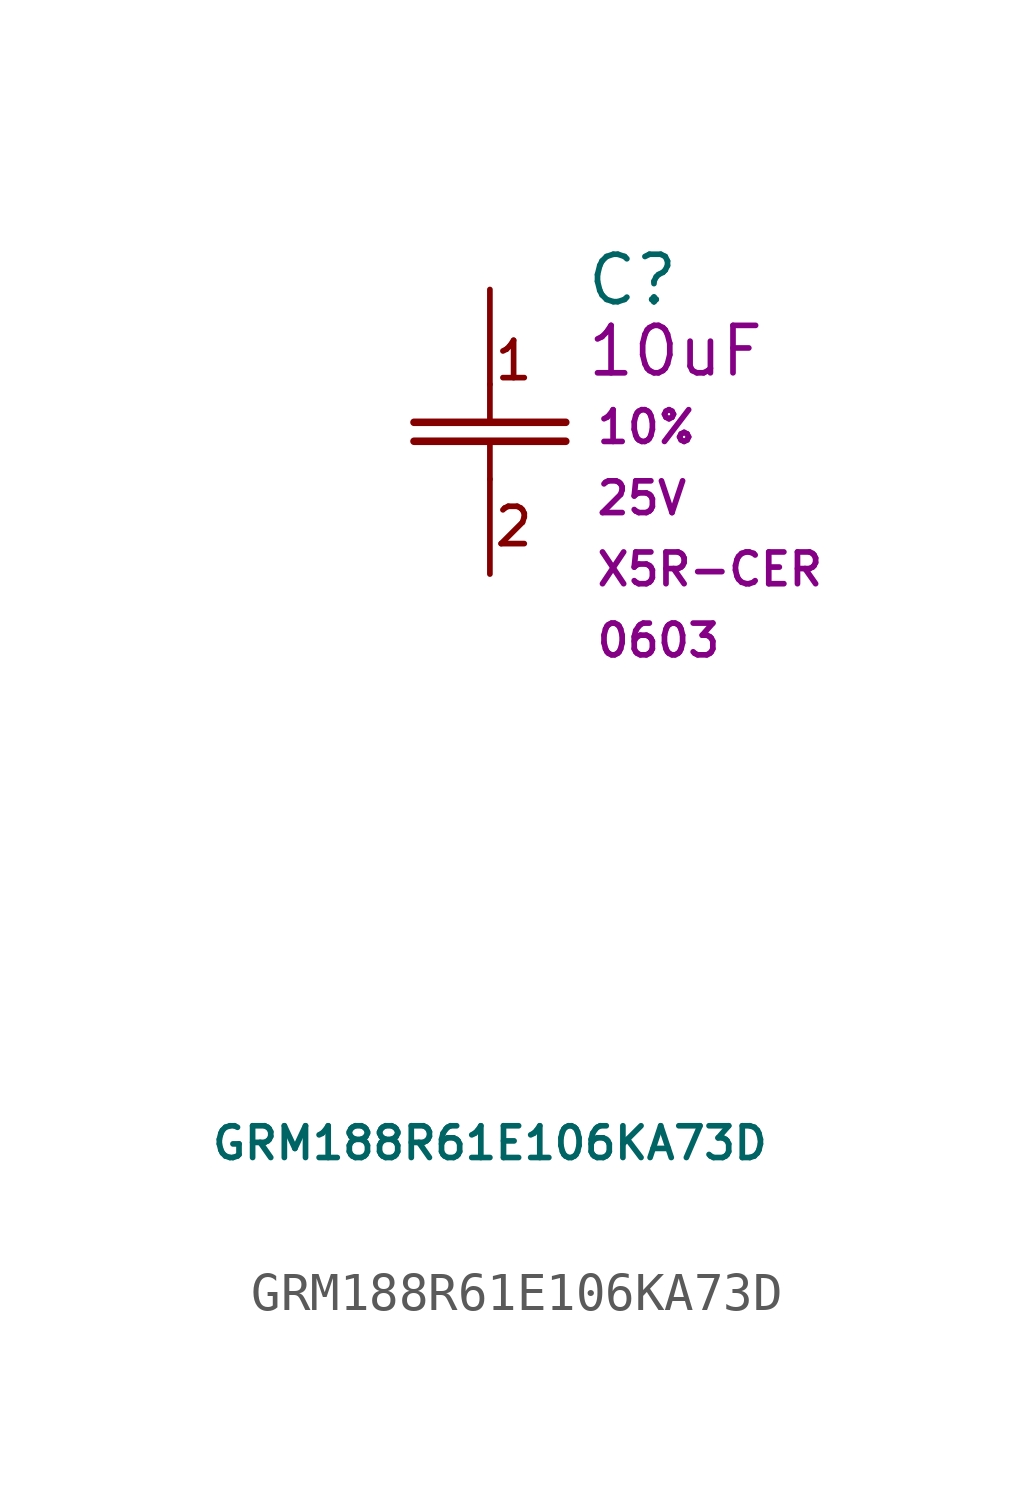
<source format=kicad_sym>
(kicad_symbol_lib
  (version 20211014)
  (generator kicad_symbol_editor)
  (symbol "GRM188R61E106KA73D"
    (pin_numbers hide)
    (pin_names
      (offset 1.651) hide)
    (property "Reference" "C"
      (at 2.54 0.254 0)
      (effects (font (size 1.27 1.27)) (justify left)))
    (property "Value" "GRM188R61E106KA73D"
      (at 0 -22.86 0)
      (effects (font (size 0.85 0.85))))
    (property "Capacitance" "10uF"
      (at 2.54 -1.651 0)
      (effects (font (size 1.27 1.27)) (justify left)))
    (property "Tolerance" "10%"
      (at 2.794 -3.683 0)
      (effects (font (size 0.85 0.85)) (justify left)))
    (property "Rated Voltage" "25V"
      (at 2.794 -5.588 0)
      (effects (font (size 0.85 0.85)) (justify left)))
    (property "Code" "X5R-CER"
      (at 2.794 -7.493 0)
      (effects (font (size 0.85 0.85)) (justify left)))
    (property "Size" "0603"
      (at 2.794 -9.398 0)
      (effects (font (size 0.85 0.85)) (justify left)))
    (symbol "GRM188R61E106KA73D_0_0"
      (polyline (pts (xy 0 -5.08) (xy 0 -4.064)) (stroke (width 0) (type default) (color 0 0 0 0)) (fill (type none)))
      (polyline (pts (xy 0 -3.556) (xy 0 -2.54)) (stroke (width 0) (type default) (color 0 0 0 0)) (fill (type none)))
      (text "1" (at 0.635 -1.905 0) (effects (font (size 1 1))))
      (text "2" (at 0.635 -6.35 0) (effects (font (size 1 1)))))
    (symbol "GRM188R61E106KA73D_1_1"
      (polyline (pts (xy -2.032 -4.064) (xy 2.032 -4.064)) (stroke (width 0.203) (type default) (color 0 0 0 0)) (fill (type none)))
      (polyline (pts (xy -2.032 -3.556) (xy 2.032 -3.556)) (stroke (width 0.203) (type default) (color 0 0 0 0)) (fill (type none)))
      (pin passive line (at 0 0 270) (length 2.54) (name "1" (effects (font (size 1.27 1.27)))) (number "1" (effects (font (size 1.27 1.27)))))
      (pin passive line (at 0 -7.62 90) (length 2.54) (name "2" (effects (font (size 1.27 1.27)))) (number "2" (effects (font (size 1.27 1.27))))))))
</source>
